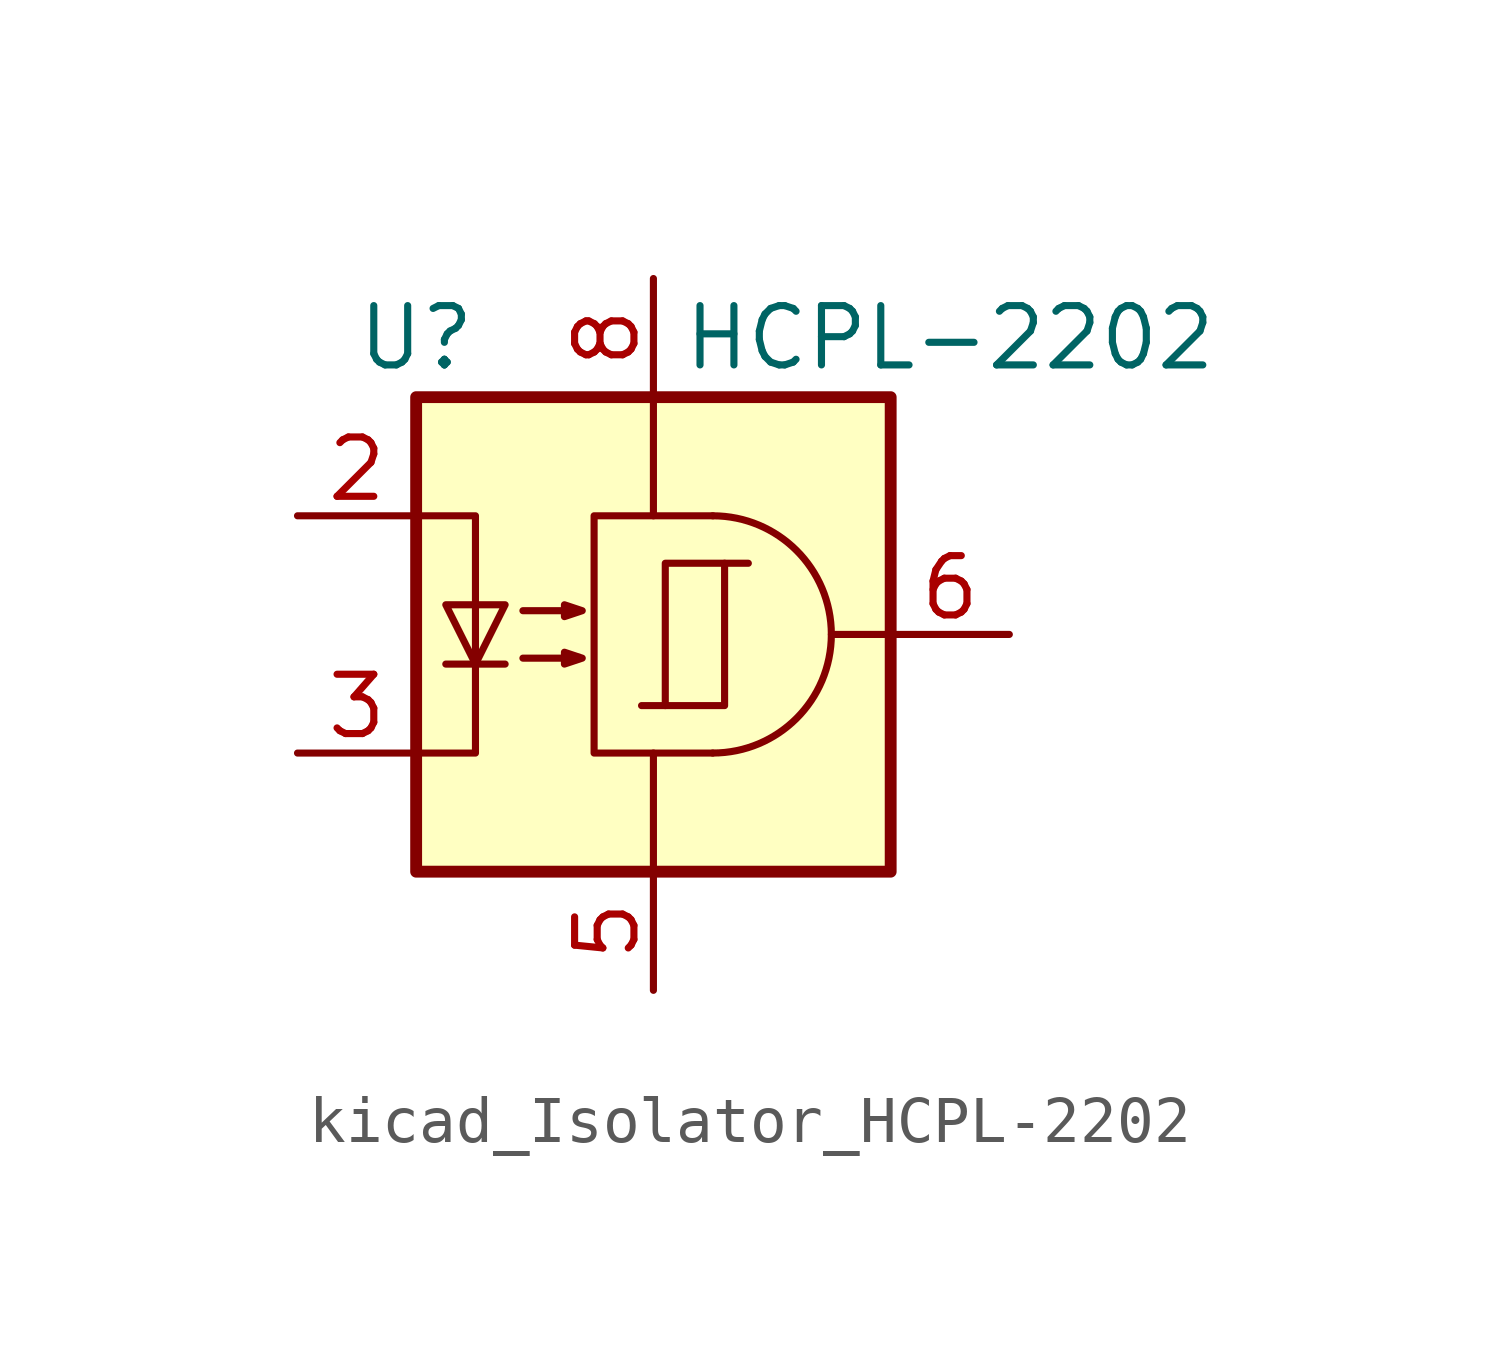
<source format=kicad_sym>
(kicad_symbol_lib
  (version 20220914)
  (generator kicad_symbol_editor)
  (symbol "kicad_Isolator_HCPL-2202"
    (property "Reference" "U"
      (at -5.08 6.35 0)
      (effects (font (size 1.27 1.27))))
    (property "Value" "HCPL-2202"
      (at 6.35 6.35 0)
      (effects (font (size 1.27 1.27))))
    (symbol "kicad_Isolator_HCPL-2202_0_1"
      (polyline (pts (xy 5.08 0) (xy 3.81 0)) (stroke (width 0) (type default)) (fill (type none))))
    (symbol "kicad_Isolator_HCPL-2202_1_1"
      (rectangle (start -5.08 5.08) (end 5.08 -5.08) (stroke (width 0.254) (type default)) (fill (type background)))
      (polyline (pts (xy -4.445 -0.635) (xy -3.175 -0.635)) (stroke (width 0) (type default)) (fill (type none)))
      (polyline (pts (xy 0 2.54) (xy 0 5.08)) (stroke (width 0) (type default)) (fill (type none)))
      (polyline (pts (xy 0.254 -1.524) (xy -0.254 -1.524)) (stroke (width 0) (type default)) (fill (type none)))
      (polyline (pts (xy 1.524 1.524) (xy 2.032 1.524)) (stroke (width 0) (type default)) (fill (type none)))
      (polyline (pts (xy 0 -2.54) (xy 0 -5.08) (xy 0 -3.81)) (stroke (width 0) (type default)) (fill (type none)))
      (polyline (pts (xy -5.08 -2.54) (xy -3.81 -2.54) (xy -3.81 2.54) (xy -5.08 2.54)) (stroke (width 0) (type default)) (fill (type none)))
      (polyline (pts (xy -3.81 -0.635) (xy -4.445 0.635) (xy -3.175 0.635) (xy -3.81 -0.635)) (stroke (width 0) (type default)) (fill (type none)))
      (polyline (pts (xy 1.27 -2.54) (xy -1.27 -2.54) (xy -1.27 2.54) (xy 1.27 2.54)) (stroke (width 0) (type default)) (fill (type none)))
      (polyline (pts (xy -2.794 -0.508) (xy -1.524 -0.508) (xy -1.905 -0.635) (xy -1.905 -0.381) (xy -1.524 -0.508)) (stroke (width 0) (type default)) (fill (type none)))
      (polyline (pts (xy -2.794 0.508) (xy -1.524 0.508) (xy -1.905 0.381) (xy -1.905 0.635) (xy -1.524 0.508)) (stroke (width 0) (type default)) (fill (type none)))
      (rectangle (start 0.254 1.524) (end 1.524 -1.524) (stroke (width 0) (type default)) (fill (type none)))
      (arc (start 1.27 -2.54) (mid 3.799 0) (end 1.27 2.54) (stroke (width 0) (type default)) (fill (type none)))
      (pin no_connect line (at -5.08 0 0) (length 2.54) hide (name "~" (effects (font (size 1.27 1.27)))) (number "1" (effects (font (size 1.27 1.27)))))
      (pin passive line (at -7.62 2.54 0) (length 2.54) (name "~" (effects (font (size 1.27 1.27)))) (number "2" (effects (font (size 1.27 1.27)))))
      (pin passive line (at -7.62 -2.54 0) (length 2.54) (name "~" (effects (font (size 1.27 1.27)))) (number "3" (effects (font (size 1.27 1.27)))))
      (pin no_connect line (at -5.08 -5.08 0) (length 2.54) hide (name "~" (effects (font (size 1.27 1.27)))) (number "4" (effects (font (size 1.27 1.27)))))
      (pin power_in line (at 0 -7.62 90) (length 2.54) (name "~" (effects (font (size 1.27 1.27)))) (number "5" (effects (font (size 1.27 1.27)))))
      (pin output line (at 7.62 0 180) (length 2.54) (name "~" (effects (font (size 1.27 1.27)))) (number "6" (effects (font (size 1.27 1.27)))))
      (pin no_connect line (at 5.08 -2.54 180) (length 2.54) hide (name "~" (effects (font (size 1.27 1.27)))) (number "7" (effects (font (size 1.27 1.27)))))
      (pin power_in line (at 0 7.62 270) (length 2.54) (name "~" (effects (font (size 1.27 1.27)))) (number "8" (effects (font (size 1.27 1.27))))))))
</source>
